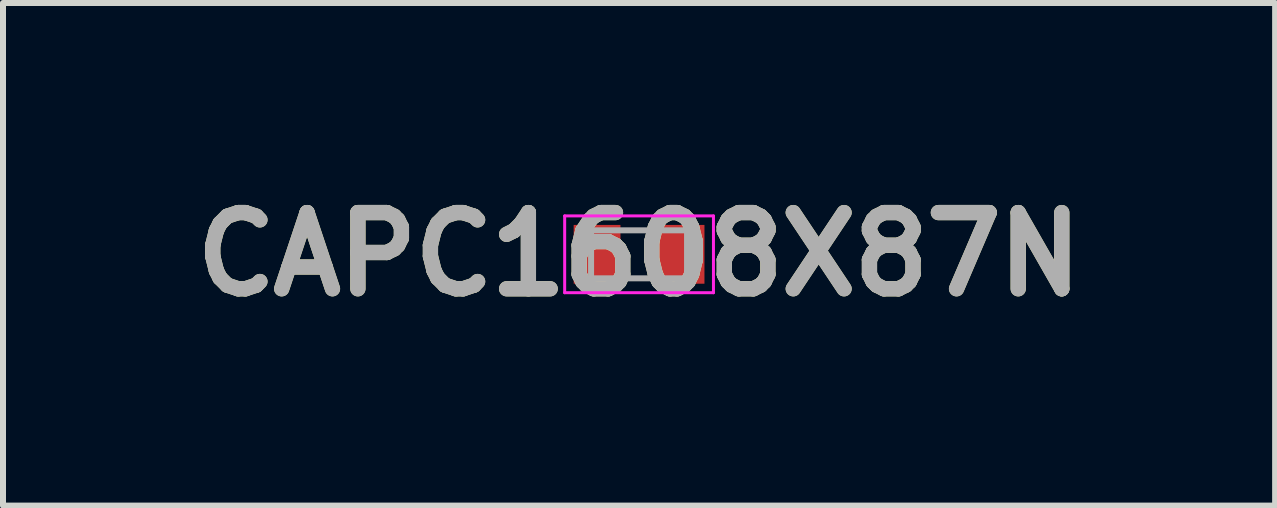
<source format=kicad_pcb>
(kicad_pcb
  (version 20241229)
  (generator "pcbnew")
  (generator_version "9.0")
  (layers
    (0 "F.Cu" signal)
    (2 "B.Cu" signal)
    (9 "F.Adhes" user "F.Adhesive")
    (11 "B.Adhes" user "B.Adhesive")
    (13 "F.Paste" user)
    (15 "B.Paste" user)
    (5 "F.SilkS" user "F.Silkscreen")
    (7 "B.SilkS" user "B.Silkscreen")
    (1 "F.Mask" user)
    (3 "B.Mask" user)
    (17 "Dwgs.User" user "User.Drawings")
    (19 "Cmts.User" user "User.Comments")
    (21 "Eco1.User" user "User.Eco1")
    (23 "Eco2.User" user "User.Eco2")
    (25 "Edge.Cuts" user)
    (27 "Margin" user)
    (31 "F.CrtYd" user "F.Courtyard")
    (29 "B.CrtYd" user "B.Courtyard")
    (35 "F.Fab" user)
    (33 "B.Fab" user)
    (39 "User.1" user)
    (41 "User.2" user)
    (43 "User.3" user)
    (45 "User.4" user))
  (footprint "CAPC1608X87N"
    (layer "F.Cu")
    (at 7.602 1.189)
    (property "Reference" "CAPC1608X87N" (at 0 0 0) (layer "F.SilkS") (effects (font (size 1.27 1.27) (thickness 0.254))))
    (attr smd)
    (fp_line (start -1.24 -0.64) (end 1.24 -0.64) (stroke (width 0.05) (type solid)) (layer "F.CrtYd"))
    (fp_line (start -1.24 0.64) (end -1.24 -0.64) (stroke (width 0.05) (type solid)) (layer "F.CrtYd"))
    (fp_line (start 1.24 -0.64) (end 1.24 0.64) (stroke (width 0.05) (type solid)) (layer "F.CrtYd"))
    (fp_line (start 1.24 0.64) (end -1.24 0.64) (stroke (width 0.05) (type solid)) (layer "F.CrtYd"))
    (fp_line (start -0.8 -0.4) (end 0.8 -0.4) (stroke (width 0.1) (type solid)) (layer "F.Fab"))
    (fp_line (start -0.8 0.4) (end -0.8 -0.4) (stroke (width 0.1) (type solid)) (layer "F.Fab"))
    (fp_line (start 0.8 -0.4) (end 0.8 0.4) (stroke (width 0.1) (type solid)) (layer "F.Fab"))
    (fp_line (start 0.8 0.4) (end -0.8 0.4) (stroke (width 0.1) (type solid)) (layer "F.Fab"))
    (fp_text user "${REFERENCE}" (at 0 0 0) (layer "F.Fab") (effects (font (size 1.27 1.27) (thickness 0.254))))
    (pad "1" smd rect (at -0.7 0) (size 0.78 0.98) (layers "F.Cu" "F.Mask" "F.Paste"))
    (pad "2" smd rect (at 0.7 0) (size 0.78 0.98) (layers "F.Cu" "F.Mask" "F.Paste")))
  (gr_rect
    (start -3 -3)
    (end 18.204 5.377)
    (stroke (width 0.1) (type default))
    (fill no)
    (layer "Edge.Cuts")))
</source>
